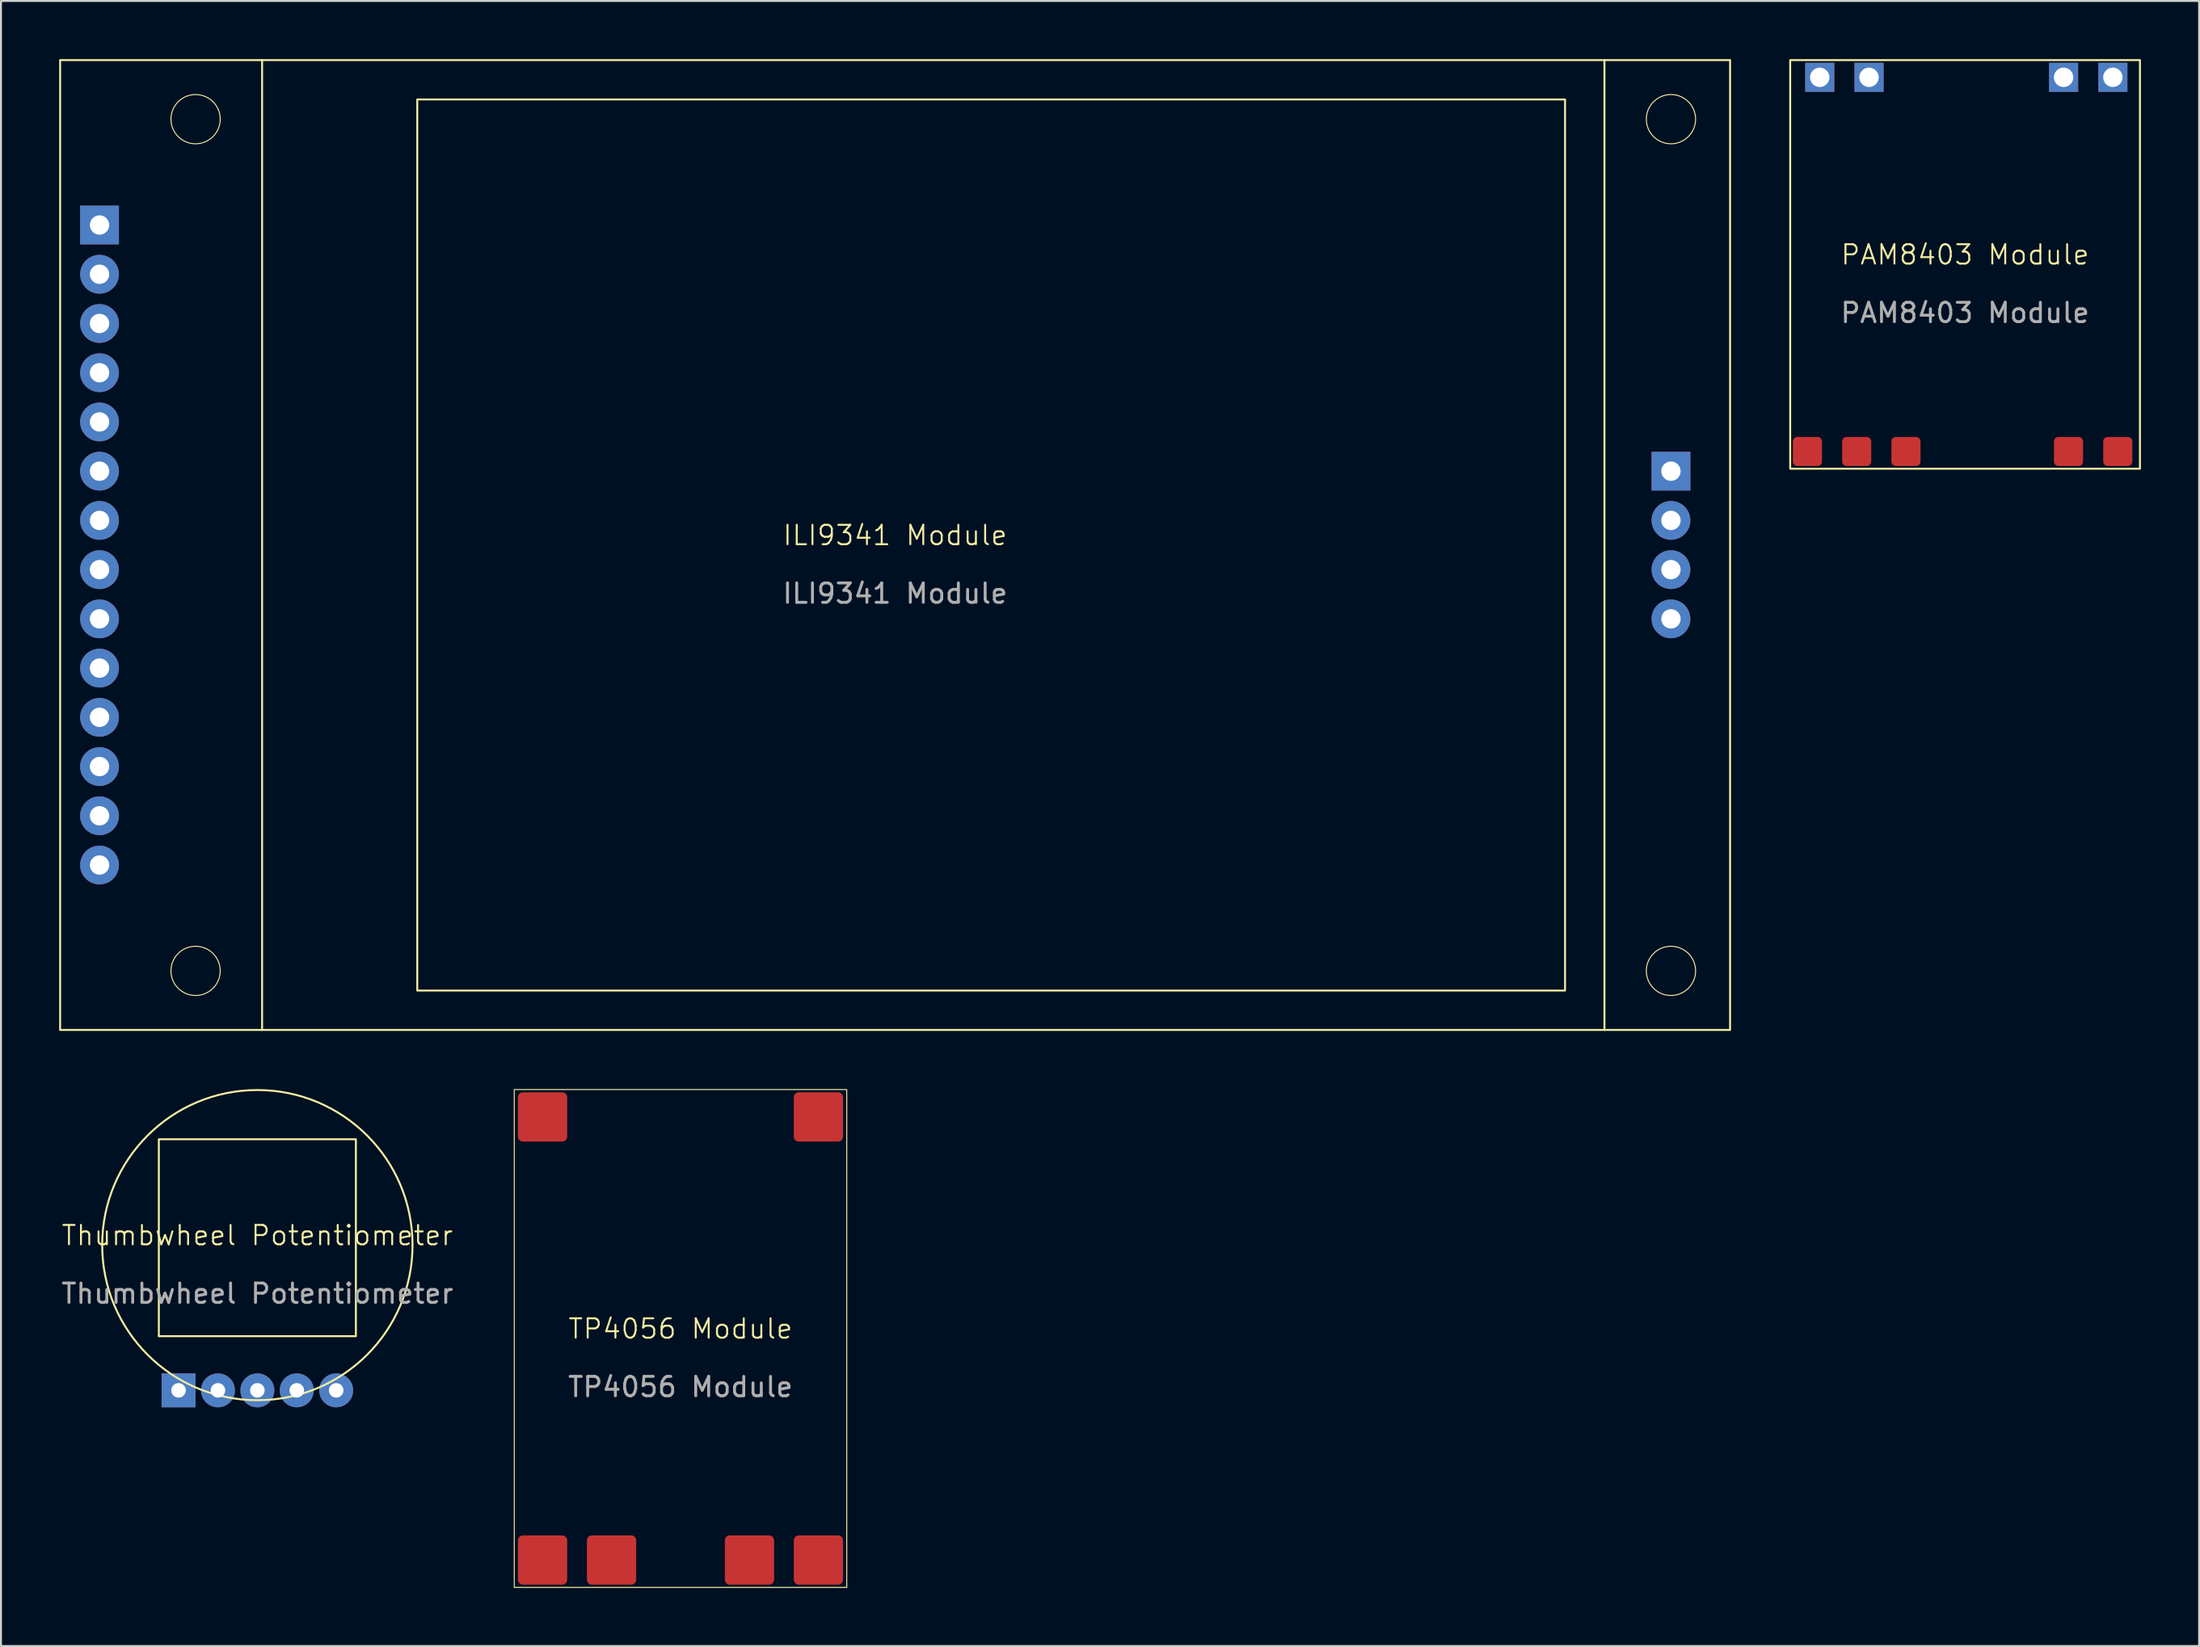
<source format=kicad_pcb>
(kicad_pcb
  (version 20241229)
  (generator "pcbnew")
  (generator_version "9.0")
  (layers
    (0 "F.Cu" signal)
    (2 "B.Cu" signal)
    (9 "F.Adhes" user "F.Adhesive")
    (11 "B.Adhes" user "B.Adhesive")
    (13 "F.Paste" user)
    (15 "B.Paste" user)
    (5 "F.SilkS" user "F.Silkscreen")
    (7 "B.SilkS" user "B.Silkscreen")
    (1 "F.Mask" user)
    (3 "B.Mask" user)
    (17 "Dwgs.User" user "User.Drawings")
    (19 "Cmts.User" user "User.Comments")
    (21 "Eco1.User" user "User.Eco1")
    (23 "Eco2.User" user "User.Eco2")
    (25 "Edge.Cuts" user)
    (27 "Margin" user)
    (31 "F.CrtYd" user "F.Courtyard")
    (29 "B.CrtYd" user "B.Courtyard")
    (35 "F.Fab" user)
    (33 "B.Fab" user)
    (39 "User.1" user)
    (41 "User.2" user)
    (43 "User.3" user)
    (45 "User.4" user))
  (footprint "Thumbwheel Potentiometer"
    (layer "F.Cu")
    (at 10.22 61.189)
    (property "Reference" "Thumbwheel Potentiometer" (at 0 -0.5 0) (unlocked yes) (layer "F.SilkS") (effects (font (size 1 1) (thickness 0.1))))
    (attr smd)
    (fp_rect (start -5.08 -5.461) (end 5.08 4.699) (stroke (width 0.1) (type default)) (fill no) (layer "F.SilkS"))
    (fp_circle (center 0 0) (end 8.001 0) (stroke (width 0.1) (type default)) (fill no) (layer "F.SilkS"))
    (fp_text user "${REFERENCE}" (at 0 2.5 0) (unlocked yes) (layer "F.Fab") (effects (font (size 1 1) (thickness 0.15))))
    (pad "1" thru_hole rect (at -4.064 7.493) (size 1.75 1.75) (drill 0.75) (layers "*.Cu" "*.Mask"))
    (pad "2" thru_hole circle (at -2.032 7.493) (size 1.75 1.75) (drill 0.75) (layers "*.Cu" "*.Mask"))
    (pad "3" thru_hole circle (at 0 7.493) (size 1.75 1.75) (drill 0.75) (layers "*.Cu" "*.Mask"))
    (pad "4" thru_hole circle (at 2.032 7.493) (size 1.75 1.75) (drill 0.75) (layers "*.Cu" "*.Mask"))
    (pad "5" thru_hole circle (at 4.064 7.493) (size 1.75 1.75) (drill 0.75) (layers "*.Cu" "*.Mask")))
  (footprint "TP4056 Module"
    (layer "F.Cu")
    (at 32.038 66.006)
    (property "Reference" "TP4056 Module" (at 0 -0.5 0) (unlocked yes) (layer "F.SilkS") (effects (font (size 1 1) (thickness 0.1))))
    (attr smd)
    (fp_rect (start -8.572 -12.843) (end 8.572 12.843) (stroke (width 0.05) (type solid)) (fill no) (layer "F.SilkS"))
    (fp_text user "${REFERENCE}" (at 0 2.5 0) (unlocked yes) (layer "F.Fab") (effects (font (size 1 1) (thickness 0.15))))
    (pad "1" smd roundrect (at 7.112 -11.43) (size 2.54 2.54) (layers "F.Cu" "F.Mask" "F.Paste") (roundrect_rratio 0.098))
    (pad "2" smd roundrect (at -7.112 -11.43) (size 2.54 2.54) (layers "F.Cu" "F.Mask" "F.Paste") (roundrect_rratio 0.098))
    (pad "3" smd roundrect (at 3.556 11.43) (size 2.54 2.54) (layers "F.Cu" "F.Mask" "F.Paste") (roundrect_rratio 0.098))
    (pad "4" smd roundrect (at -3.556 11.43) (size 2.54 2.54) (layers "F.Cu" "F.Mask" "F.Paste") (roundrect_rratio 0.098))
    (pad "5" smd roundrect (at 7.112 11.43) (size 2.54 2.54) (layers "F.Cu" "F.Mask" "F.Paste") (roundrect_rratio 0.098))
    (pad "6" smd roundrect (at -7.112 11.43) (size 2.54 2.54) (layers "F.Cu" "F.Mask" "F.Paste") (roundrect_rratio 0.098)))
  (footprint "PAM8403 Module"
    (layer "F.Cu")
    (at 98.273 10.591)
    (property "Reference" "PAM8403 Module" (at 0 -0.5 0) (unlocked yes) (layer "F.SilkS") (effects (font (size 1 1) (thickness 0.1))))
    (attr smd)
    (fp_rect (start -9.017 -10.541) (end 9.017 10.541) (stroke (width 0.1) (type default)) (fill no) (layer "F.SilkS"))
    (fp_text user "${REFERENCE}" (at 0 2.5 0) (unlocked yes) (layer "F.Fab") (effects (font (size 1 1) (thickness 0.15))))
    (pad "1" smd roundrect (at 5.334 9.652) (size 1.5 1.5) (layers "F.Cu" "F.Mask" "F.Paste") (roundrect_rratio 0.15))
    (pad "2" smd roundrect (at 7.874 9.652) (size 1.5 1.5) (layers "F.Cu" "F.Mask" "F.Paste") (roundrect_rratio 0.15))
    (pad "3" smd roundrect (at -8.128 9.652) (size 1.5 1.5) (layers "F.Cu" "F.Mask" "F.Paste") (roundrect_rratio 0.15))
    (pad "4" smd roundrect (at -5.588 9.652) (size 1.5 1.5) (layers "F.Cu" "F.Mask" "F.Paste") (roundrect_rratio 0.15))
    (pad "5" smd roundrect (at -3.048 9.652) (size 1.5 1.5) (layers "F.Cu" "F.Mask" "F.Paste") (roundrect_rratio 0.15))
    (pad "6" thru_hole rect (at -4.953 -9.652) (size 1.5 1.5) (drill 1) (layers "*.Cu" "F.Mask" "F.Paste"))
    (pad "7" thru_hole rect (at -7.493 -9.652) (size 1.5 1.5) (drill 1) (layers "*.Cu" "F.Mask" "F.Paste"))
    (pad "8" thru_hole rect (at 5.08 -9.652) (size 1.5 1.5) (drill 1) (layers "*.Cu" "F.Mask" "F.Paste"))
    (pad "9" thru_hole rect (at 7.62 -9.652) (size 1.5 1.5) (drill 1) (layers "*.Cu" "F.Mask" "F.Paste")))
  (footprint "ILI9341 Module"
    (layer "F.Cu")
    (at 48.056 25.069)
    (property "Reference" "ILI9341 Module" (at -4.953 -0.5 0) (unlocked yes) (layer "F.SilkS") (effects (font (size 1 1) (thickness 0.1))))
    (attr smd)
    (fp_line (start -37.592 -25.019) (end -37.592 25.019) (stroke (width 0.1) (type default)) (layer "F.SilkS"))
    (fp_line (start 31.623 -25.019) (end 31.623 25.019) (stroke (width 0.1) (type default)) (layer "F.SilkS"))
    (fp_rect (start -48.006 -25.019) (end 38.1 25.019) (stroke (width 0.1) (type default)) (fill no) (layer "F.SilkS"))
    (fp_rect (start -29.591 -22.987) (end 29.591 22.987) (stroke (width 0.1) (type default)) (fill no) (layer "F.SilkS"))
    (fp_circle (center -41.021 -21.971) (end -39.751 -21.971) (stroke (width 0.05) (type default)) (fill no) (layer "F.SilkS"))
    (fp_circle (center -41.021 21.971) (end -39.751 21.971) (stroke (width 0.05) (type default)) (fill no) (layer "F.SilkS"))
    (fp_circle (center 35.052 -21.971) (end 36.322 -21.971) (stroke (width 0.05) (type default)) (fill no) (layer "F.SilkS"))
    (fp_circle (center 35.052 21.971) (end 36.322 21.971) (stroke (width 0.05) (type default)) (fill no) (layer "F.SilkS"))
    (fp_text user "${REFERENCE}" (at -4.953 2.5 0) (unlocked yes) (layer "F.Fab") (effects (font (size 1 1) (thickness 0.15))))
    (pad "1" thru_hole rect (at -45.974 -16.51) (size 2 2) (drill 1) (layers "*.Cu" "*.Mask"))
    (pad "2" thru_hole circle (at -45.974 -13.97) (size 2 2) (drill 1) (layers "*.Cu" "*.Mask"))
    (pad "3" thru_hole circle (at -45.974 -11.43) (size 2 2) (drill 1) (layers "*.Cu" "*.Mask"))
    (pad "4" thru_hole circle (at -45.974 -8.89) (size 2 2) (drill 1) (layers "*.Cu" "*.Mask"))
    (pad "5" thru_hole circle (at -45.974 -6.35) (size 2 2) (drill 1) (layers "*.Cu" "*.Mask"))
    (pad "6" thru_hole circle (at -45.974 -3.81) (size 2 2) (drill 1) (layers "*.Cu" "*.Mask"))
    (pad "7" thru_hole circle (at -45.974 -1.27) (size 2 2) (drill 1) (layers "*.Cu" "*.Mask"))
    (pad "8" thru_hole circle (at -45.974 1.27) (size 2 2) (drill 1) (layers "*.Cu" "*.Mask"))
    (pad "9" thru_hole circle (at -45.974 3.81) (size 2 2) (drill 1) (layers "*.Cu" "*.Mask"))
    (pad "10" thru_hole circle (at -45.974 6.35) (size 2 2) (drill 1) (layers "*.Cu" "*.Mask"))
    (pad "11" thru_hole circle (at -45.974 8.89) (size 2 2) (drill 1) (layers "*.Cu" "*.Mask"))
    (pad "12" thru_hole circle (at -45.974 11.43) (size 2 2) (drill 1) (layers "*.Cu" "*.Mask"))
    (pad "13" thru_hole circle (at -45.974 13.97) (size 2 2) (drill 1) (layers "*.Cu" "*.Mask"))
    (pad "14" thru_hole circle (at -45.974 16.51) (size 2 2) (drill 1) (layers "*.Cu" "*.Mask"))
    (pad "15" thru_hole rect (at 35.052 -3.81) (size 2 2) (drill 1) (layers "*.Cu" "*.Mask"))
    (pad "16" thru_hole circle (at 35.052 -1.27) (size 2 2) (drill 1) (layers "*.Cu" "*.Mask"))
    (pad "17" thru_hole circle (at 35.052 1.27) (size 2 2) (drill 1) (layers "*.Cu" "*.Mask"))
    (pad "18" thru_hole circle (at 35.052 3.81) (size 2 2) (drill 1) (layers "*.Cu" "*.Mask")))
  (gr_rect
    (start -3 -3)
    (end 110.34 81.874)
    (stroke (width 0.1) (type default))
    (fill no)
    (layer "Edge.Cuts")))
</source>
